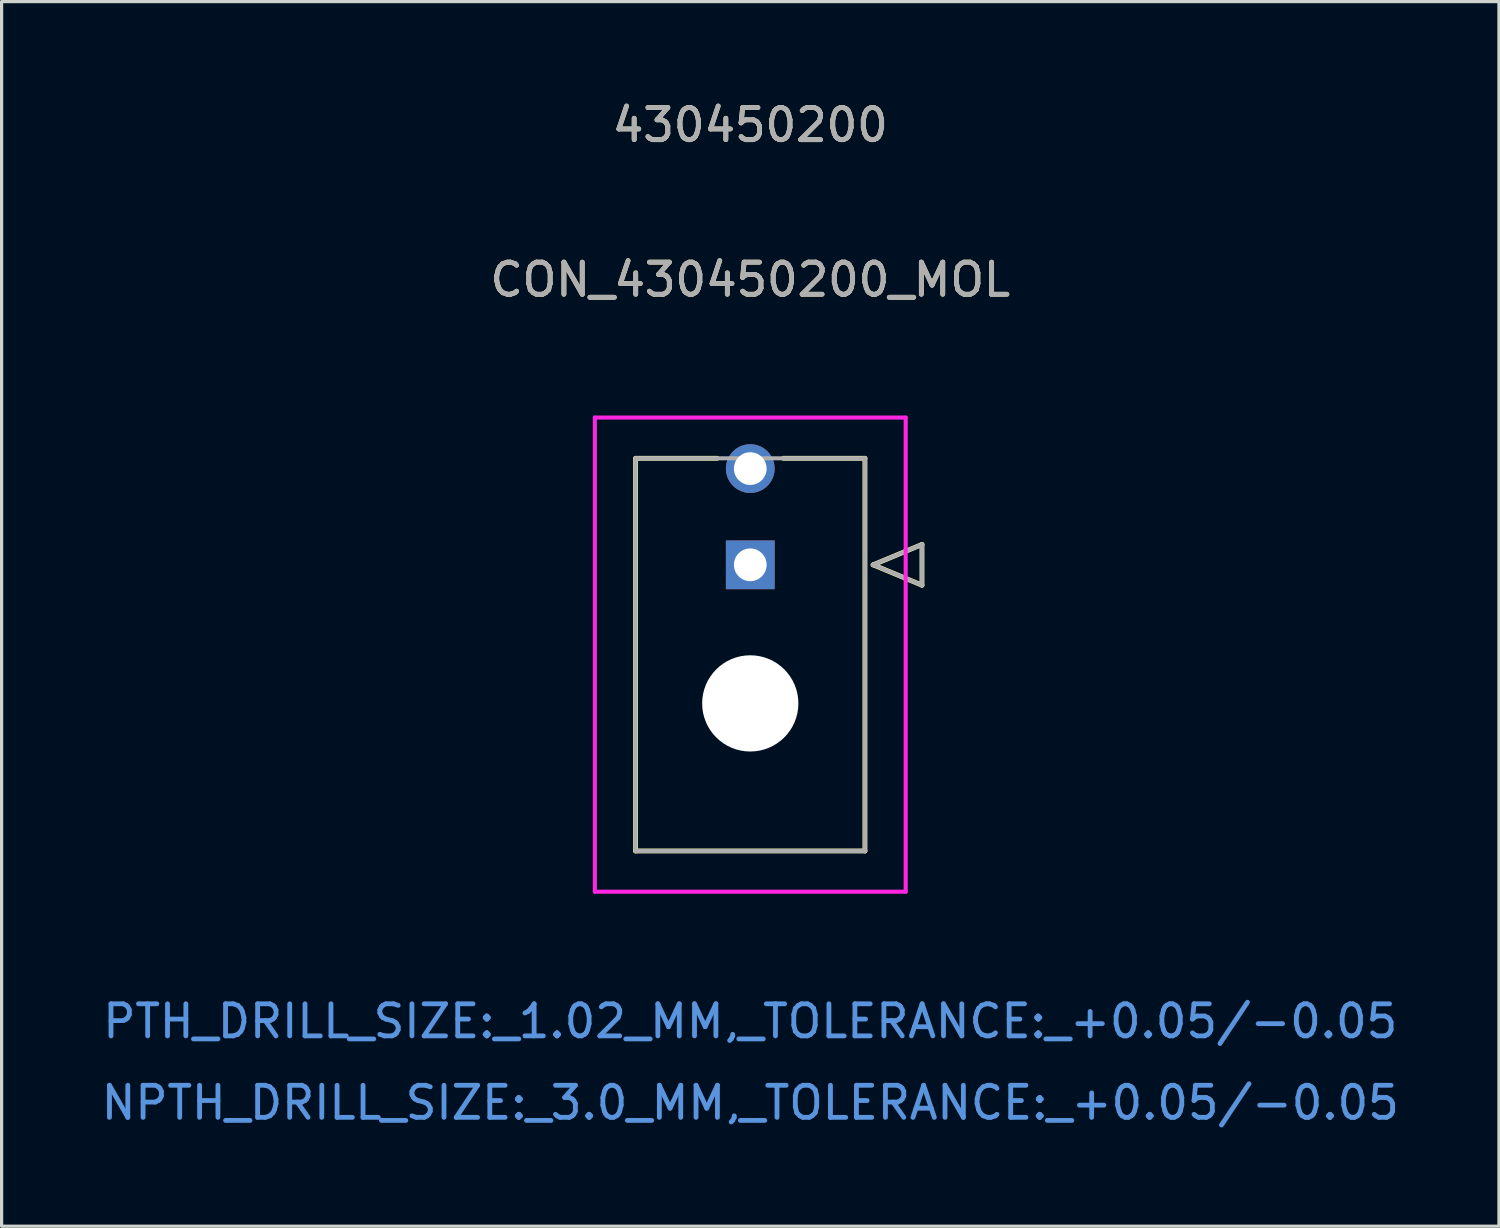
<source format=kicad_pcb>
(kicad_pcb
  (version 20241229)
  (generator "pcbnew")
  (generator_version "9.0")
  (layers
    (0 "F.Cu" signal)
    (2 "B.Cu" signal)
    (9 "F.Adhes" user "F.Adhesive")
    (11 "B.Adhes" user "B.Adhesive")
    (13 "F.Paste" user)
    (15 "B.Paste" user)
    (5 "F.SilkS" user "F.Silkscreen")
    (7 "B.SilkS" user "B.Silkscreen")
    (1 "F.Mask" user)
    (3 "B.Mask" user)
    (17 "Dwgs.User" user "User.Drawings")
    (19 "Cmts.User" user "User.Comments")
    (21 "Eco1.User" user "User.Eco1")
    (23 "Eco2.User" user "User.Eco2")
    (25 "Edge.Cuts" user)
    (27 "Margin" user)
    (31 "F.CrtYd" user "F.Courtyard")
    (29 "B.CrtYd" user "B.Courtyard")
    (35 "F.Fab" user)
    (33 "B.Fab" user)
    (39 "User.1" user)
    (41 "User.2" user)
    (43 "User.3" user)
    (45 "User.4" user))
  (footprint "CON_430450200_MOL"
    (layer "F.Cu")
    (at 20.339 14.558)
    (property "Reference" "CON_430450200_MOL" (at 0 -8.89 0) (unlocked yes) (layer "F.SilkS") (effects (font (size 1 1) (thickness 0.15))))
    (attr through_hole)
    (fp_line (start -3.575 -3.32) (end -3.575 8.92) (stroke (width 0.152) (type solid)) (layer "F.SilkS"))
    (fp_line (start -3.575 8.92) (end 3.575 8.92) (stroke (width 0.152) (type solid)) (layer "F.SilkS"))
    (fp_line (start -1.032 -3.32) (end -3.575 -3.32) (stroke (width 0.152) (type solid)) (layer "F.SilkS"))
    (fp_line (start 3.575 -3.32) (end 1.032 -3.32) (stroke (width 0.152) (type solid)) (layer "F.SilkS"))
    (fp_line (start 3.575 8.92) (end 3.575 -3.32) (stroke (width 0.152) (type solid)) (layer "F.SilkS"))
    (fp_line (start 3.829 0) (end 5.353 -0.635) (stroke (width 0.152) (type solid)) (layer "F.SilkS"))
    (fp_line (start 5.353 -0.635) (end 5.353 0.635) (stroke (width 0.152) (type solid)) (layer "F.SilkS"))
    (fp_line (start 5.353 0.635) (end 3.829 0) (stroke (width 0.152) (type solid)) (layer "F.SilkS"))
    (fp_line (start -4.845 -4.59) (end -4.845 10.19) (stroke (width 0.127) (type solid)) (layer "F.CrtYd"))
    (fp_line (start -4.845 10.19) (end 4.845 10.19) (stroke (width 0.127) (type solid)) (layer "F.CrtYd"))
    (fp_line (start 4.845 -4.59) (end -4.845 -4.59) (stroke (width 0.127) (type solid)) (layer "F.CrtYd"))
    (fp_line (start 4.845 10.19) (end 4.845 -4.59) (stroke (width 0.127) (type solid)) (layer "F.CrtYd"))
    (fp_line (start -3.575 -3.32) (end -3.575 8.92) (stroke (width 0.127) (type solid)) (layer "F.Fab"))
    (fp_line (start -3.575 8.92) (end 3.575 8.92) (stroke (width 0.127) (type solid)) (layer "F.Fab"))
    (fp_line (start 3.575 -3.32) (end -3.575 -3.32) (stroke (width 0.127) (type solid)) (layer "F.Fab"))
    (fp_line (start 3.575 8.92) (end 3.575 -3.32) (stroke (width 0.127) (type solid)) (layer "F.Fab"))
    (fp_line (start 3.829 0) (end 5.353 -0.635) (stroke (width 0.127) (type solid)) (layer "F.Fab"))
    (fp_line (start 5.353 -0.635) (end 5.353 0.635) (stroke (width 0.127) (type solid)) (layer "F.Fab"))
    (fp_line (start 5.353 0.635) (end 3.829 0) (stroke (width 0.127) (type solid)) (layer "F.Fab"))
    (fp_text user "430450200" (at 0 -13.71 0) (unlocked yes) (layer "F.SilkS") (effects (font (size 1 1) (thickness 0.15))))
    (fp_text user "PTH_DRILL_SIZE:_1.02_MM,_TOLERANCE:_+0.05/-0.05" (at 0 14.23 0) (unlocked yes) (layer "Cmts.User") (effects (font (size 1 1) (thickness 0.15))))
    (fp_text user "NPTH_DRILL_SIZE:_3.0_MM,_TOLERANCE:_+0.05/-0.05" (at 0 16.77 0) (unlocked yes) (layer "Cmts.User") (effects (font (size 1 1) (thickness 0.15))))
    (fp_text user "430450200" (at 0 -13.71 0) (unlocked yes) (layer "F.Fab") (effects (font (size 1 1) (thickness 0.15))))
    (fp_text user "${REFERENCE}" (at 0 -8.89 0) (unlocked yes) (layer "F.Fab") (effects (font (size 1 1) (thickness 0.15))))
    (pad "" np_thru_hole circle (at 0 4.32) (size 3 3) (drill 3) (layers "*.Cu" "*.Mask"))
    (pad "1" thru_hole rect (at 0 0) (size 1.52 1.52) (drill 1.02) (layers "*.Cu" "*.Mask"))
    (pad "2" thru_hole circle (at 0 -3) (size 1.52 1.52) (drill 1.02) (layers "*.Cu" "*.Mask")))
  (gr_rect
    (start -3 -3)
    (end 43.679 35.176)
    (stroke (width 0.1) (type default))
    (fill no)
    (layer "Edge.Cuts")))
</source>
